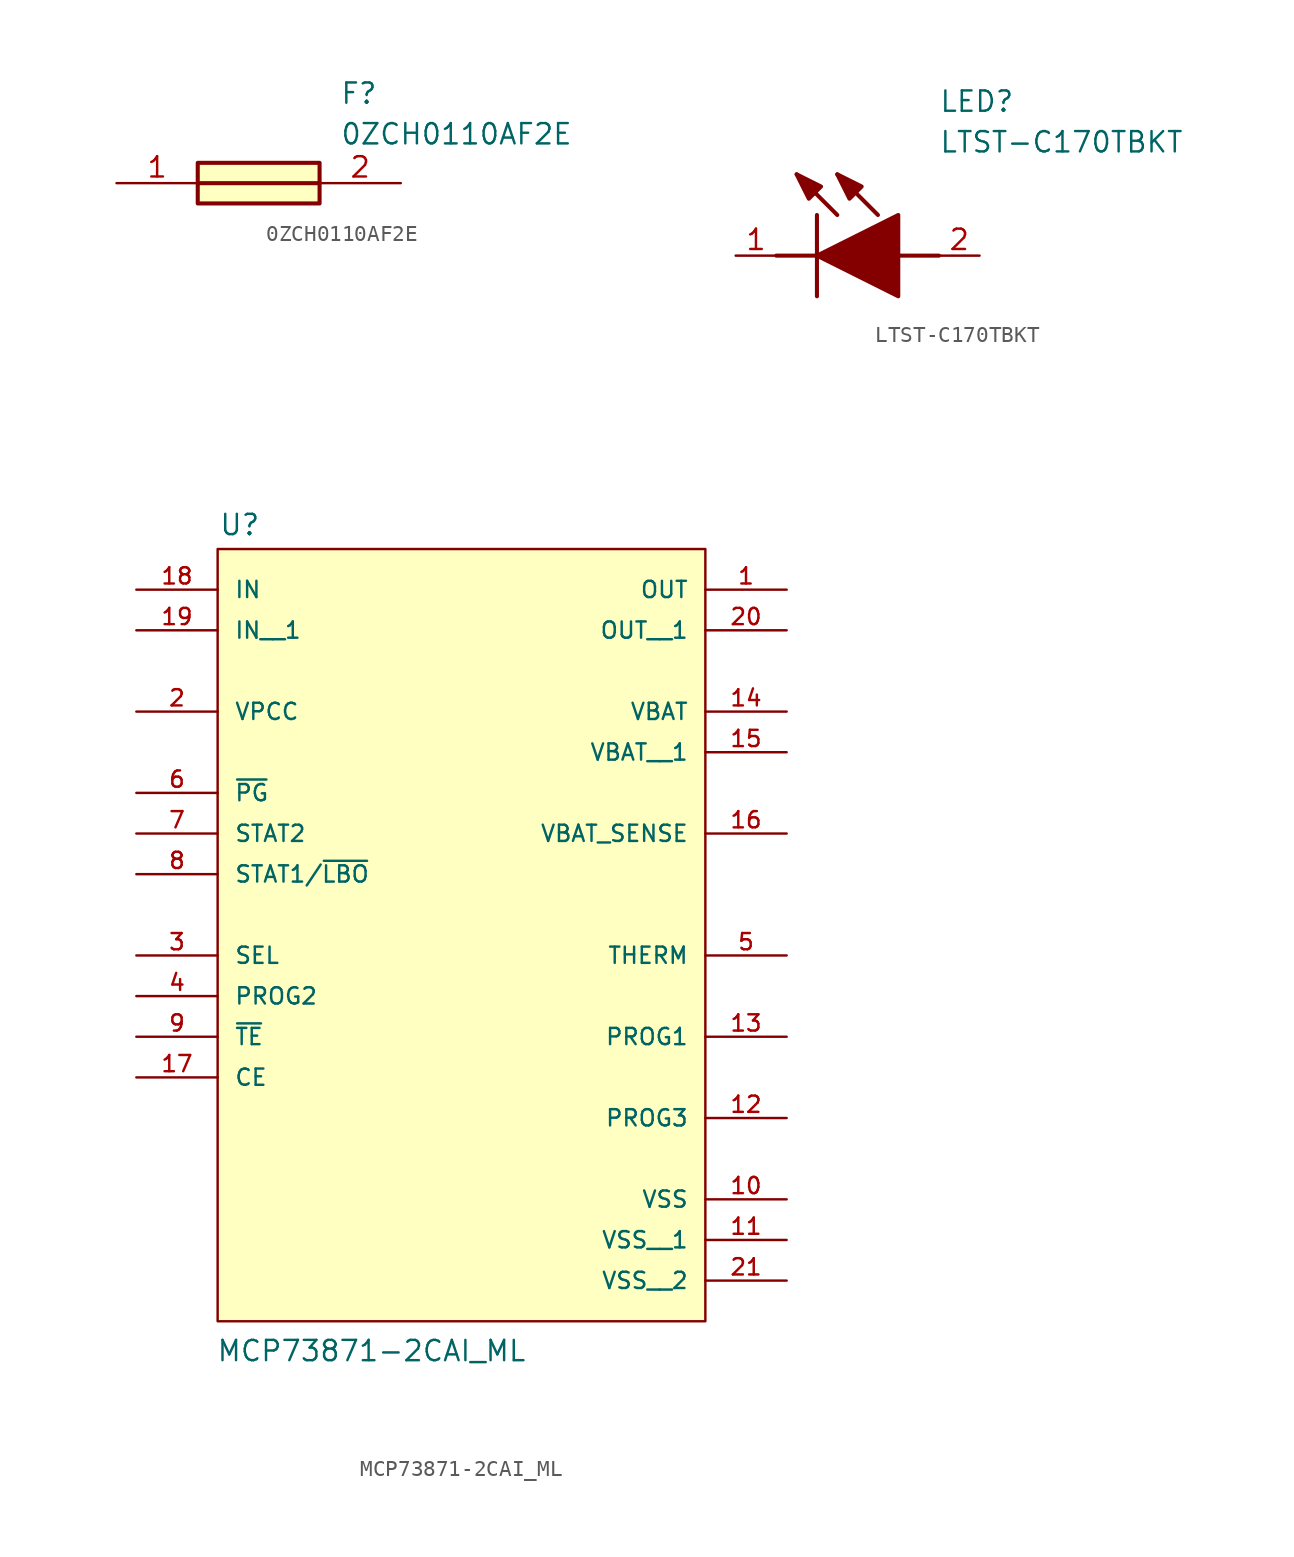
<source format=kicad_sym>
(kicad_symbol_lib
  (version 20241209)
  (generator "kicad_symbol_editor")
  (generator_version "9.0")
  (symbol "0ZCH0110AF2E"
    (pin_names
      (hide yes))
    (property "Reference" "F"
      (at 13.97 6.35 0)
      (effects (font (size 1.27 1.27)) (justify left top)))
    (property "Value" "0ZCH0110AF2E"
      (at 13.97 3.81 0)
      (effects (font (size 1.27 1.27)) (justify left top)))
    (symbol "0ZCH0110AF2E_1_1"
      (rectangle (start 5.08 1.27) (end 12.7 -1.27) (stroke (width 0.254) (type default)) (fill (type background)))
      (polyline (pts (xy 5.08 0) (xy 12.7 0)) (stroke (width 0.254) (type default)) (fill (type none)))
      (pin passive line (at 0 0 0) (length 5.08) (name "1" (effects (font (size 1.27 1.27)))) (number "1" (effects (font (size 1.27 1.27)))))
      (pin passive line (at 17.78 0 180) (length 5.08) (name "2" (effects (font (size 1.27 1.27)))) (number "2" (effects (font (size 1.27 1.27)))))))
  (symbol "LTST-C170TBKT"
    (pin_names
      (hide yes))
    (property "Reference" "LED"
      (at 12.7 8.89 0)
      (effects (font (size 1.27 1.27)) (justify left bottom)))
    (property "Value" "LTST-C170TBKT"
      (at 12.7 6.35 0)
      (effects (font (size 1.27 1.27)) (justify left bottom)))
    (symbol "LTST-C170TBKT_1_1"
      (polyline (pts (xy 2.54 0) (xy 5.08 0)) (stroke (width 0.254) (type default)) (fill (type none)))
      (polyline (pts (xy 5.08 2.54) (xy 5.08 -2.54)) (stroke (width 0.254) (type default)) (fill (type none)))
      (polyline (pts (xy 5.08 0) (xy 10.16 2.54) (xy 10.16 -2.54) (xy 5.08 0)) (stroke (width 0.254) (type default)) (fill (type outline)))
      (polyline (pts (xy 5.334 4.318) (xy 4.572 3.556) (xy 3.81 5.08) (xy 5.334 4.318)) (stroke (width 0.254) (type default)) (fill (type outline)))
      (polyline (pts (xy 6.35 2.54) (xy 3.81 5.08)) (stroke (width 0.254) (type default)) (fill (type none)))
      (polyline (pts (xy 7.874 4.318) (xy 7.112 3.556) (xy 6.35 5.08) (xy 7.874 4.318)) (stroke (width 0.254) (type default)) (fill (type outline)))
      (polyline (pts (xy 8.89 2.54) (xy 6.35 5.08)) (stroke (width 0.254) (type default)) (fill (type none)))
      (polyline (pts (xy 10.16 0) (xy 12.7 0)) (stroke (width 0.254) (type default)) (fill (type none)))
      (pin passive line (at 0 0 0) (length 2.54) (name "K" (effects (font (size 1.27 1.27)))) (number "1" (effects (font (size 1.27 1.27)))))
      (pin passive line (at 15.24 0 180) (length 2.54) (name "A" (effects (font (size 1.27 1.27)))) (number "2" (effects (font (size 1.27 1.27)))))))
  (symbol "MCP73871-2CAI_ML"
    (pin_names
      (offset 1.016))
    (property "Reference" "U"
      (at -15.168 18.548 0)
      (effects (font (size 1.27 1.27)) (justify left bottom)))
    (property "Value" "MCP73871-2CAI_ML"
      (at -15.339 -33.076 0)
      (effects (font (size 1.27 1.27)) (justify left bottom)))
    (symbol "MCP73871-2CAI_ML_0_0"
      (rectangle (start -15.24 -30.48) (end 15.24 17.78) (stroke (width 0.152) (type default)) (fill (type background)))
      (pin input line (at -20.32 15.24 0) (length 5.08) (name "IN" (effects (font (size 1.016 1.016)))) (number "18" (effects (font (size 1.016 1.016)))))
      (pin input line (at -20.32 12.7 0) (length 5.08) (name "IN__1" (effects (font (size 1.016 1.016)))) (number "19" (effects (font (size 1.016 1.016)))))
      (pin input line (at -20.32 7.62 0) (length 5.08) (name "VPCC" (effects (font (size 1.016 1.016)))) (number "2" (effects (font (size 1.016 1.016)))))
      (pin output line (at -20.32 2.54 0) (length 5.08) (name "~{PG}" (effects (font (size 1.016 1.016)))) (number "6" (effects (font (size 1.016 1.016)))))
      (pin output line (at -20.32 0 0) (length 5.08) (name "STAT2" (effects (font (size 1.016 1.016)))) (number "7" (effects (font (size 1.016 1.016)))))
      (pin output line (at -20.32 -2.54 0) (length 5.08) (name "STAT1/~{LBO}" (effects (font (size 1.016 1.016)))) (number "8" (effects (font (size 1.016 1.016)))))
      (pin input line (at -20.32 -7.62 0) (length 5.08) (name "SEL" (effects (font (size 1.016 1.016)))) (number "3" (effects (font (size 1.016 1.016)))))
      (pin input line (at -20.32 -10.16 0) (length 5.08) (name "PROG2" (effects (font (size 1.016 1.016)))) (number "4" (effects (font (size 1.016 1.016)))))
      (pin input line (at -20.32 -12.7 0) (length 5.08) (name "~{TE}" (effects (font (size 1.016 1.016)))) (number "9" (effects (font (size 1.016 1.016)))))
      (pin input line (at -20.32 -15.24 0) (length 5.08) (name "CE" (effects (font (size 1.016 1.016)))) (number "17" (effects (font (size 1.016 1.016)))))
      (pin output line (at 20.32 15.24 180) (length 5.08) (name "OUT" (effects (font (size 1.016 1.016)))) (number "1" (effects (font (size 1.016 1.016)))))
      (pin output line (at 20.32 12.7 180) (length 5.08) (name "OUT__1" (effects (font (size 1.016 1.016)))) (number "20" (effects (font (size 1.016 1.016)))))
      (pin bidirectional line (at 20.32 7.62 180) (length 5.08) (name "VBAT" (effects (font (size 1.016 1.016)))) (number "14" (effects (font (size 1.016 1.016)))))
      (pin bidirectional line (at 20.32 5.08 180) (length 5.08) (name "VBAT__1" (effects (font (size 1.016 1.016)))) (number "15" (effects (font (size 1.016 1.016)))))
      (pin bidirectional line (at 20.32 0 180) (length 5.08) (name "VBAT_SENSE" (effects (font (size 1.016 1.016)))) (number "16" (effects (font (size 1.016 1.016)))))
      (pin bidirectional line (at 20.32 -7.62 180) (length 5.08) (name "THERM" (effects (font (size 1.016 1.016)))) (number "5" (effects (font (size 1.016 1.016)))))
      (pin bidirectional line (at 20.32 -12.7 180) (length 5.08) (name "PROG1" (effects (font (size 1.016 1.016)))) (number "13" (effects (font (size 1.016 1.016)))))
      (pin bidirectional line (at 20.32 -17.78 180) (length 5.08) (name "PROG3" (effects (font (size 1.016 1.016)))) (number "12" (effects (font (size 1.016 1.016)))))
      (pin power_in line (at 20.32 -22.86 180) (length 5.08) (name "VSS" (effects (font (size 1.016 1.016)))) (number "10" (effects (font (size 1.016 1.016)))))
      (pin power_in line (at 20.32 -25.4 180) (length 5.08) (name "VSS__1" (effects (font (size 1.016 1.016)))) (number "11" (effects (font (size 1.016 1.016)))))
      (pin power_in line (at 20.32 -27.94 180) (length 5.08) (name "VSS__2" (effects (font (size 1.016 1.016)))) (number "21" (effects (font (size 1.016 1.016))))))))
</source>
